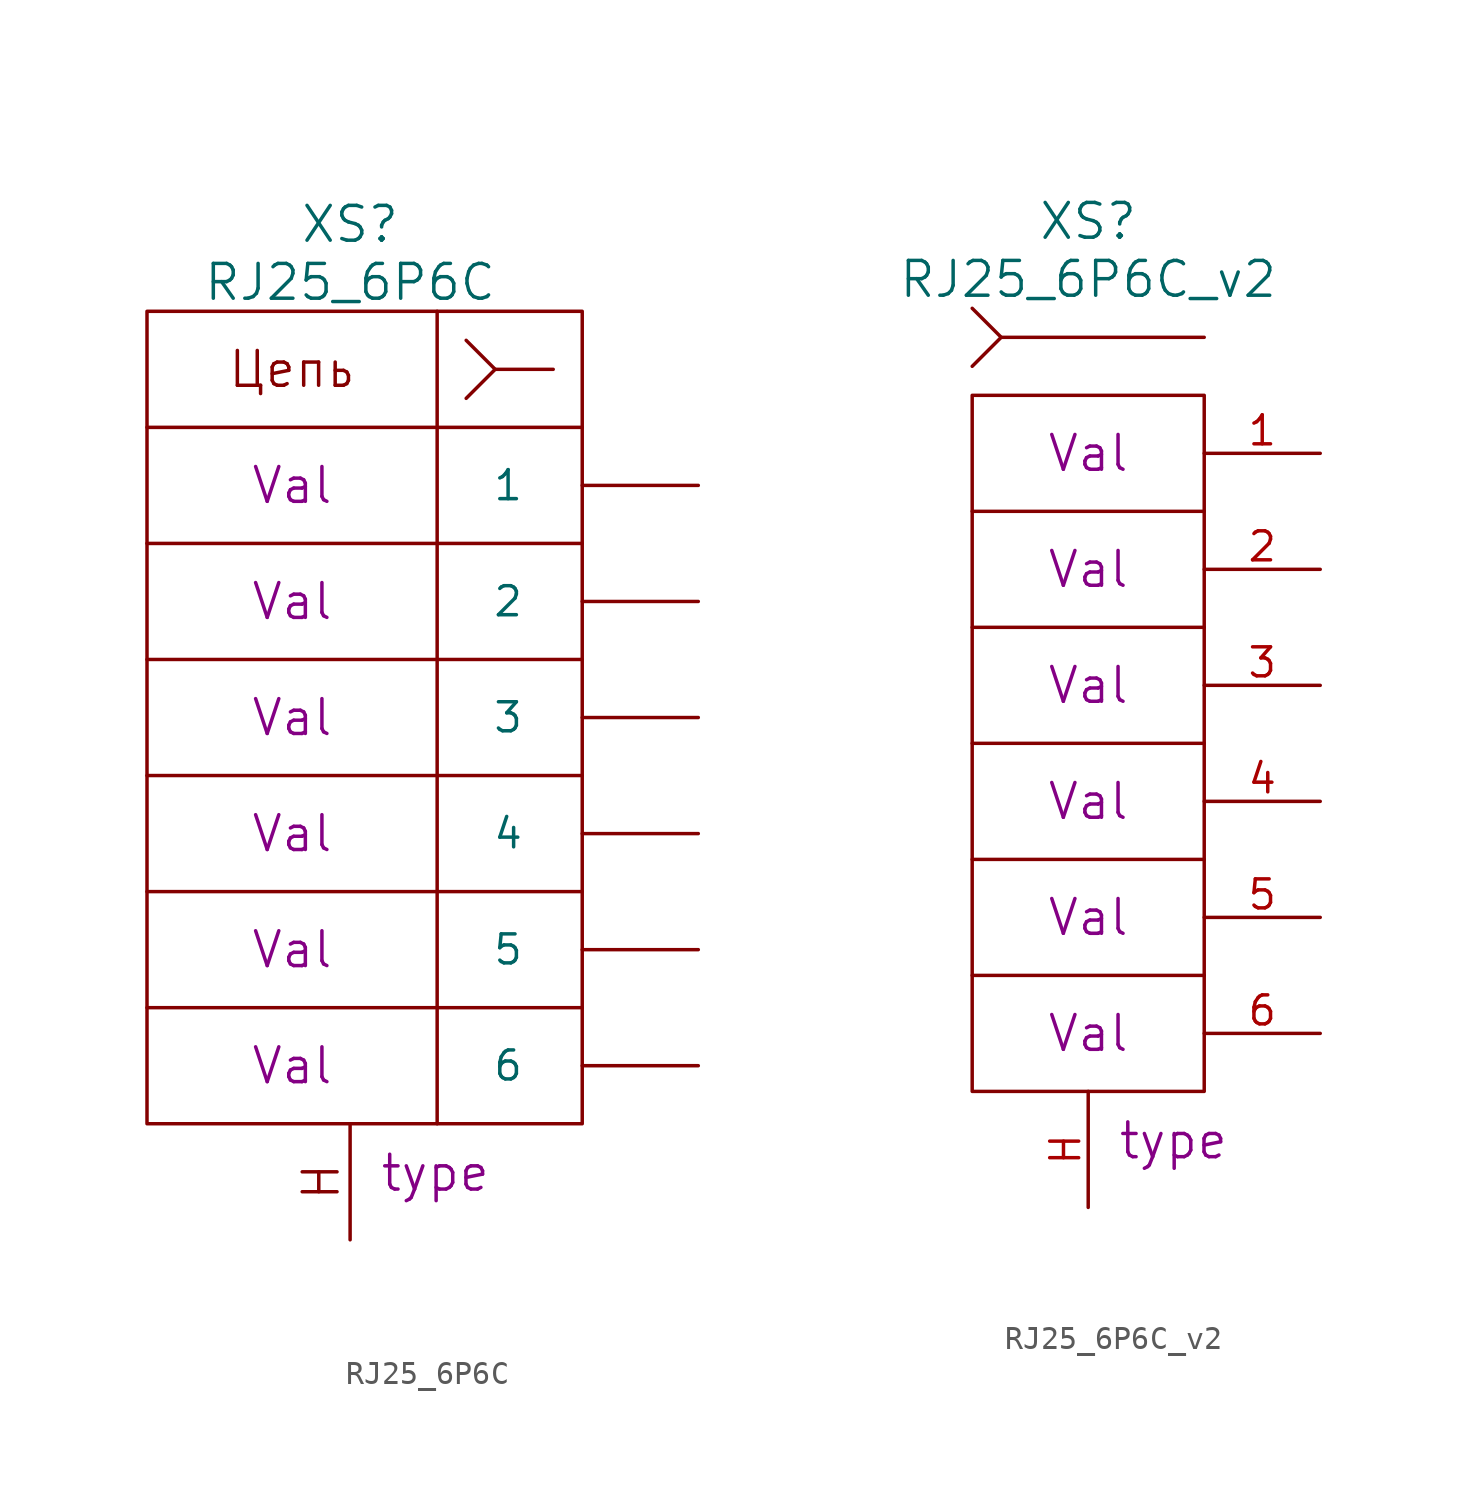
<source format=kicad_sym>
(kicad_symbol_lib
  (version 20220914)
  (generator kicad_symbol_editor)
  (symbol "RJ25_6P6C"
    (pin_numbers hide)
    (pin_names
      (offset 2.54))
    (property "Reference" "XS"
      (at 0 21.59 0)
      (do_not_autoplace)
      (effects (font (size 1.524 1.524))))
    (property "Value" "RJ25_6P6C"
      (at 0 19.05 0)
      (do_not_autoplace)
      (effects (font (size 1.524 1.524))))
    (property "Datasheet" ""
      (at 8.89 -13.97 0)
      (effects (font (size 1.524 1.524))))
    (property "Pin1" "Val"
      (at -2.54 10.16 0)
      (do_not_autoplace)
      (effects (font (size 1.524 1.524))))
    (property "Pin2" "Val"
      (at -2.54 5.08 0)
      (do_not_autoplace)
      (effects (font (size 1.524 1.524))))
    (property "Pin3" "Val"
      (at -2.54 0 0)
      (do_not_autoplace)
      (effects (font (size 1.524 1.524))))
    (property "Pin4" "Val"
      (at -2.54 -5.08 0)
      (do_not_autoplace)
      (effects (font (size 1.524 1.524))))
    (property "Pin5" "Val"
      (at -2.54 -10.16 0)
      (do_not_autoplace)
      (effects (font (size 1.524 1.524))))
    (property "Pin6" "Val"
      (at -2.54 -15.24 0)
      (do_not_autoplace)
      (effects (font (size 1.524 1.524))))
    (property "Type" "type"
      (at 1.27 -19.05 0)
      (do_not_autoplace)
      (effects (font (size 1.524 1.524)) (justify left top)))
    (symbol "RJ25_6P6C_0_0"
      (text "H" (at -1.27 -20.32 900) (effects (font (size 1.524 1.524))))
      (text "Цепь" (at -2.54 15.24 0) (effects (font (size 1.524 1.524)))))
    (symbol "RJ25_6P6C_0_1"
      (rectangle (start -8.89 12.7) (end 10.16 -17.78) (stroke (width 0) (type solid)) (fill (type none)))
      (polyline (pts (xy -8.89 -12.7) (xy 10.16 -12.7)) (stroke (width 0) (type solid)) (fill (type none)))
      (polyline (pts (xy -8.89 -7.62) (xy 10.16 -7.62)) (stroke (width 0) (type solid)) (fill (type none)))
      (polyline (pts (xy -8.89 -2.54) (xy 10.16 -2.54)) (stroke (width 0) (type solid)) (fill (type none)))
      (polyline (pts (xy -8.89 2.54) (xy 10.16 2.54)) (stroke (width 0) (type solid)) (fill (type none)))
      (polyline (pts (xy 3.81 17.78) (xy 3.81 -17.78)) (stroke (width 0) (type solid)) (fill (type none)))
      (polyline (pts (xy 8.89 15.24) (xy 6.35 15.24)) (stroke (width 0) (type solid)) (fill (type none)))
      (polyline (pts (xy 10.16 7.62) (xy -8.89 7.62)) (stroke (width 0) (type solid)) (fill (type none)))
      (polyline (pts (xy 5.08 13.97) (xy 6.35 15.24) (xy 5.08 16.51)) (stroke (width 0) (type solid)) (fill (type none)))
      (polyline (pts (xy 10.16 12.7) (xy 10.16 17.78) (xy -8.89 17.78) (xy -8.89 12.7)) (stroke (width 0) (type solid)) (fill (type none))))
    (symbol "RJ25_6P6C_1_1"
      (pin passive line (at 15.24 10.16 180) (length 5.08) (name "1" (effects (font (size 1.27 1.27)))) (number "1" (effects (font (size 1.27 1.27)))))
      (pin passive line (at 15.24 5.08 180) (length 5.08) (name "2" (effects (font (size 1.27 1.27)))) (number "2" (effects (font (size 1.27 1.27)))))
      (pin passive line (at 15.24 0 180) (length 5.08) (name "3" (effects (font (size 1.27 1.27)))) (number "3" (effects (font (size 1.27 1.27)))))
      (pin passive line (at 15.24 -5.08 180) (length 5.08) (name "4" (effects (font (size 1.27 1.27)))) (number "4" (effects (font (size 1.27 1.27)))))
      (pin passive line (at 15.24 -10.16 180) (length 5.08) (name "5" (effects (font (size 1.27 1.27)))) (number "5" (effects (font (size 1.27 1.27)))))
      (pin passive line (at 15.24 -15.24 180) (length 5.08) (name "6" (effects (font (size 1.27 1.27)))) (number "6" (effects (font (size 1.27 1.27)))))
      (pin passive line (at 0 -22.86 90) (length 5.004) (name "~" (effects (font (size 1.524 1.524)))) (number "H" (effects (font (size 1.524 1.524)))))))
  (symbol "RJ25_6P6C_v2"
    (pin_names
      (offset 1.016))
    (property "Reference" "XS"
      (at 0 22.86 0)
      (do_not_autoplace)
      (effects (font (size 1.524 1.524))))
    (property "Value" "RJ25_6P6C_v2"
      (at 0 20.32 0)
      (do_not_autoplace)
      (effects (font (size 1.524 1.524))))
    (property "Datasheet" ""
      (at 0 -6.35 0)
      (effects (font (size 1.524 1.524))))
    (property "Pin1" "Val"
      (at 0 12.7 0)
      (do_not_autoplace)
      (effects (font (size 1.524 1.524))))
    (property "Pin2" "Val"
      (at 0 7.62 0)
      (do_not_autoplace)
      (effects (font (size 1.524 1.524))))
    (property "Pin3" "Val"
      (at 0 2.54 0)
      (do_not_autoplace)
      (effects (font (size 1.524 1.524))))
    (property "Pin4" "Val"
      (at 0 -2.54 0)
      (do_not_autoplace)
      (effects (font (size 1.524 1.524))))
    (property "Pin5" "Val"
      (at 0 -7.62 0)
      (do_not_autoplace)
      (effects (font (size 1.524 1.524))))
    (property "Pin6" "Val"
      (at 0 -12.7 0)
      (do_not_autoplace)
      (effects (font (size 1.524 1.524))))
    (property "Type" "type"
      (at 1.27 -16.51 0)
      (do_not_autoplace)
      (effects (font (size 1.524 1.524)) (justify left top)))
    (symbol "RJ25_6P6C_v2_0_0"
      (polyline (pts (xy 5.08 -10.16) (xy -5.08 -10.16)) (stroke (width 0) (type solid)) (fill (type none)))
      (polyline (pts (xy 5.08 -5.08) (xy -5.08 -5.08)) (stroke (width 0) (type solid)) (fill (type none)))
      (polyline (pts (xy 5.08 0) (xy -5.08 0)) (stroke (width 0) (type solid)) (fill (type none)))
      (polyline (pts (xy 5.08 5.08) (xy -5.08 5.08)) (stroke (width 0) (type solid)) (fill (type none)))
      (polyline (pts (xy 5.08 10.16) (xy -5.08 10.16)) (stroke (width 0) (type solid)) (fill (type none)))
      (rectangle (start 5.08 15.24) (end -5.08 -15.24) (stroke (width 0) (type solid)) (fill (type none))))
    (symbol "RJ25_6P6C_v2_0_1"
      (polyline (pts (xy 5.08 17.78) (xy -3.81 17.78)) (stroke (width 0) (type solid)) (fill (type none)))
      (polyline (pts (xy -5.08 16.51) (xy -3.81 17.78) (xy -5.08 19.05)) (stroke (width 0) (type solid)) (fill (type none))))
    (symbol "RJ25_6P6C_v2_1_1"
      (pin passive line (at 10.16 12.7 180) (length 5.08) (name "~" (effects (font (size 1.27 1.27)))) (number "1" (effects (font (size 1.27 1.27)))))
      (pin passive line (at 10.16 7.62 180) (length 5.08) (name "~" (effects (font (size 1.27 1.27)))) (number "2" (effects (font (size 1.27 1.27)))))
      (pin passive line (at 10.16 2.54 180) (length 5.08) (name "~" (effects (font (size 1.27 1.27)))) (number "3" (effects (font (size 1.27 1.27)))))
      (pin passive line (at 10.16 -2.54 180) (length 5.08) (name "~" (effects (font (size 1.27 1.27)))) (number "4" (effects (font (size 1.27 1.27)))))
      (pin passive line (at 10.16 -7.62 180) (length 5.08) (name "~" (effects (font (size 1.27 1.27)))) (number "5" (effects (font (size 1.27 1.27)))))
      (pin passive line (at 10.16 -12.7 180) (length 5.08) (name "~" (effects (font (size 1.27 1.27)))) (number "6" (effects (font (size 1.27 1.27)))))
      (pin passive line (at 0 -20.32 90) (length 5.08) (name "~" (effects (font (size 1.27 1.27)))) (number "H" (effects (font (size 1.27 1.27))))))))
</source>
